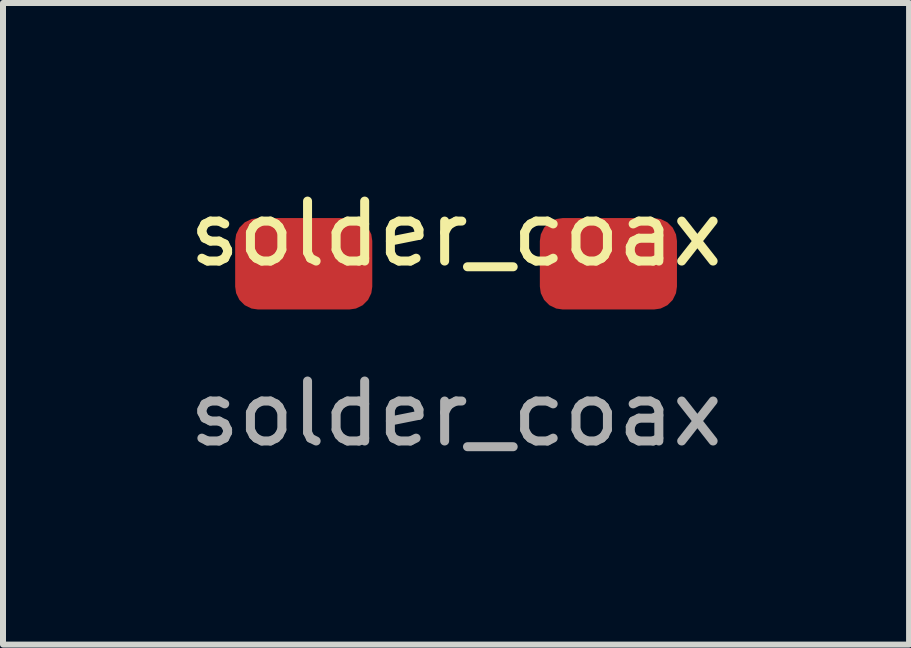
<source format=kicad_pcb>
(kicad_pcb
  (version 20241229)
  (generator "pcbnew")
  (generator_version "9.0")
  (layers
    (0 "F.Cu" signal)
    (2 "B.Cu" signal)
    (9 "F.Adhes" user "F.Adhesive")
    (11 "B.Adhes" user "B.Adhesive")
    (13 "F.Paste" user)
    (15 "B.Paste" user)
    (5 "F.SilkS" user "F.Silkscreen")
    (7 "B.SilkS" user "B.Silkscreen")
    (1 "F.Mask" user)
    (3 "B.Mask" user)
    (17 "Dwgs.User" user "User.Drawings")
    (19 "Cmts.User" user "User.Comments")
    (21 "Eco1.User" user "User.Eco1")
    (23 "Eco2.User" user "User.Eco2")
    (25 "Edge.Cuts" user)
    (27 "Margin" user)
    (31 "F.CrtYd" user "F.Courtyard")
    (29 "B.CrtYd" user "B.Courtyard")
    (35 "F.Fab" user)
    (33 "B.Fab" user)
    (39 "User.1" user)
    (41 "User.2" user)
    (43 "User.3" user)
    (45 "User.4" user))
  (footprint "solder_coax"
    (layer "F.Cu")
    (at 4.554 1.348)
    (property "Reference" "solder_coax" (at 0 -0.5 0) (unlocked yes) (layer "F.SilkS") (effects (font (size 1 1) (thickness 0.15))))
    (attr smd)
    (fp_text user "${REFERENCE}" (at 0 2.5 0) (unlocked yes) (layer "F.Fab") (effects (font (size 1 1) (thickness 0.15))))
    (pad "1" smd roundrect (at -2.54 0) (size 2.286 1.524) (layers "F.Cu" "F.Mask" "F.Paste") (roundrect_rratio 0.25))
    (pad "2" smd roundrect (at 2.54 0) (size 2.286 1.524) (layers "F.Cu" "F.Mask" "F.Paste") (roundrect_rratio 0.25)))
  (gr_rect
    (start -3 -3)
    (end 12.107 7.697)
    (stroke (width 0.1) (type default))
    (fill no)
    (layer "Edge.Cuts")))
</source>
